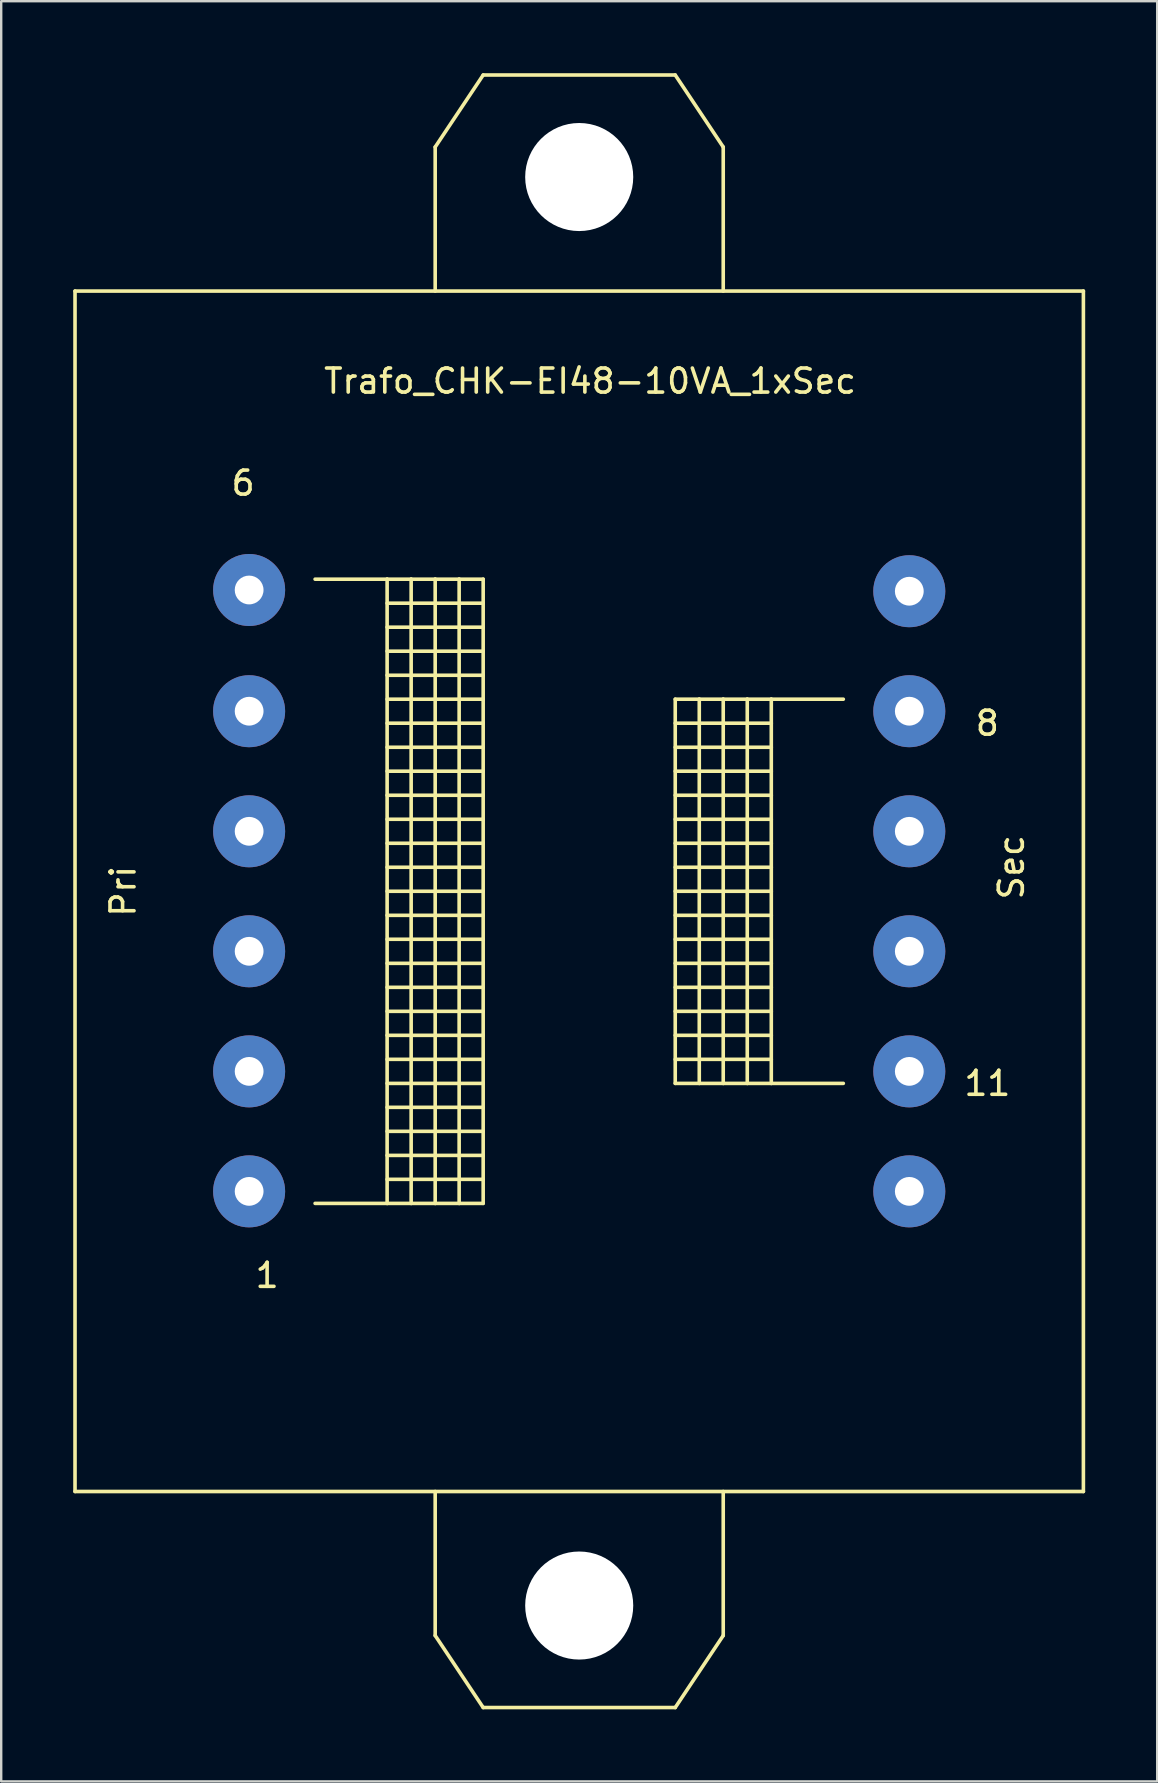
<source format=kicad_pcb>
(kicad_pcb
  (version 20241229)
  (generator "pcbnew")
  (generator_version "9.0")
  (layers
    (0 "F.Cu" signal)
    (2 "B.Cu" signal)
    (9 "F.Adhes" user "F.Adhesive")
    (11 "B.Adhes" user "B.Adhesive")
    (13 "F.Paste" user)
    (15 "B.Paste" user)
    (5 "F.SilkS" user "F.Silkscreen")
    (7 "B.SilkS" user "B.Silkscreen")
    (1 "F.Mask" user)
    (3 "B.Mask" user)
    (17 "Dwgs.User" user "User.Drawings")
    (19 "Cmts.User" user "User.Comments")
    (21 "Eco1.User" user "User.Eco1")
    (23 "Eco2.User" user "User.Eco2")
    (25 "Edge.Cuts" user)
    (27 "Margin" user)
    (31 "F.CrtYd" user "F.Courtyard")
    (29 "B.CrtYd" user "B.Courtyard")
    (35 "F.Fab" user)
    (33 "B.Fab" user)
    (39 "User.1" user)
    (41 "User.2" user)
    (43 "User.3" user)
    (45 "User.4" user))
  (footprint "Trafo_CHK-EI48-10VA_1xSec"
    (layer "F.Cu")
    (at 21.076 34.075)
    (property "Reference" "Trafo_CHK-EI48-10VA_1xSec" (at 0.45 -21.25 0) (layer "F.SilkS") (effects (font (size 1 1) (thickness 0.15))))
    (attr through_hole)
    (fp_line (start -21.001 -25.001) (end -21.001 25.001) (stroke (width 0.15) (type solid)) (layer "F.SilkS"))
    (fp_line (start -21.001 25.001) (end 21.001 25.001) (stroke (width 0.15) (type solid)) (layer "F.SilkS"))
    (fp_line (start -11.001 13) (end -8.001 13) (stroke (width 0.15) (type solid)) (layer "F.SilkS"))
    (fp_line (start -8.001 -13) (end -11.001 -13) (stroke (width 0.15) (type solid)) (layer "F.SilkS"))
    (fp_line (start -8.001 -13) (end -7 -13) (stroke (width 0.15) (type solid)) (layer "F.SilkS"))
    (fp_line (start -8.001 -11.999) (end -4 -11.999) (stroke (width 0.15) (type solid)) (layer "F.SilkS"))
    (fp_line (start -8.001 -11.001) (end -4 -11.001) (stroke (width 0.15) (type solid)) (layer "F.SilkS"))
    (fp_line (start -8.001 -10) (end -4 -10) (stroke (width 0.15) (type solid)) (layer "F.SilkS"))
    (fp_line (start -8.001 -8.999) (end -4 -8.999) (stroke (width 0.15) (type solid)) (layer "F.SilkS"))
    (fp_line (start -8.001 -8.001) (end -4 -8.001) (stroke (width 0.15) (type solid)) (layer "F.SilkS"))
    (fp_line (start -8.001 -7) (end -4 -7) (stroke (width 0.15) (type solid)) (layer "F.SilkS"))
    (fp_line (start -8.001 -5.999) (end -4 -5.999) (stroke (width 0.15) (type solid)) (layer "F.SilkS"))
    (fp_line (start -8.001 -5.001) (end -4 -5.001) (stroke (width 0.15) (type solid)) (layer "F.SilkS"))
    (fp_line (start -8.001 -4) (end -4 -4) (stroke (width 0.15) (type solid)) (layer "F.SilkS"))
    (fp_line (start -8.001 -3) (end -4 -3) (stroke (width 0.15) (type solid)) (layer "F.SilkS"))
    (fp_line (start -8.001 -1.999) (end -4 -1.999) (stroke (width 0.15) (type solid)) (layer "F.SilkS"))
    (fp_line (start -8.001 -1.001) (end -4 -1.001) (stroke (width 0.15) (type solid)) (layer "F.SilkS"))
    (fp_line (start -8.001 0) (end -4 0) (stroke (width 0.15) (type solid)) (layer "F.SilkS"))
    (fp_line (start -8.001 1.001) (end -4 1.001) (stroke (width 0.15) (type solid)) (layer "F.SilkS"))
    (fp_line (start -8.001 1.999) (end -4 1.999) (stroke (width 0.15) (type solid)) (layer "F.SilkS"))
    (fp_line (start -8.001 3) (end -4 3) (stroke (width 0.15) (type solid)) (layer "F.SilkS"))
    (fp_line (start -8.001 4) (end -4 4) (stroke (width 0.15) (type solid)) (layer "F.SilkS"))
    (fp_line (start -8.001 5.001) (end -4 5.001) (stroke (width 0.15) (type solid)) (layer "F.SilkS"))
    (fp_line (start -8.001 7) (end -4 7) (stroke (width 0.15) (type solid)) (layer "F.SilkS"))
    (fp_line (start -8.001 8.001) (end -4 8.001) (stroke (width 0.15) (type solid)) (layer "F.SilkS"))
    (fp_line (start -8.001 8.999) (end -4 8.999) (stroke (width 0.15) (type solid)) (layer "F.SilkS"))
    (fp_line (start -8.001 10) (end -4 10) (stroke (width 0.15) (type solid)) (layer "F.SilkS"))
    (fp_line (start -8.001 11.999) (end -4 11.999) (stroke (width 0.15) (type solid)) (layer "F.SilkS"))
    (fp_line (start -8.001 13) (end -8.001 -13) (stroke (width 0.15) (type solid)) (layer "F.SilkS"))
    (fp_line (start -7 -13) (end -7 13) (stroke (width 0.15) (type solid)) (layer "F.SilkS"))
    (fp_line (start -7 -13) (end -5.999 -13) (stroke (width 0.15) (type solid)) (layer "F.SilkS"))
    (fp_line (start -7 5.999) (end -8.001 5.999) (stroke (width 0.15) (type solid)) (layer "F.SilkS"))
    (fp_line (start -7 5.999) (end -4 5.999) (stroke (width 0.15) (type solid)) (layer "F.SilkS"))
    (fp_line (start -7 11.001) (end -8.001 11.001) (stroke (width 0.15) (type solid)) (layer "F.SilkS"))
    (fp_line (start -7 11.001) (end -4 11.001) (stroke (width 0.15) (type solid)) (layer "F.SilkS"))
    (fp_line (start -7 13) (end -8.001 13) (stroke (width 0.15) (type solid)) (layer "F.SilkS"))
    (fp_line (start -5.999 -31.001) (end -5.999 -25.001) (stroke (width 0.15) (type solid)) (layer "F.SilkS"))
    (fp_line (start -5.999 -13) (end -5.999 13) (stroke (width 0.15) (type solid)) (layer "F.SilkS"))
    (fp_line (start -5.999 -13) (end -5.001 -13) (stroke (width 0.15) (type solid)) (layer "F.SilkS"))
    (fp_line (start -5.999 13) (end -7 13) (stroke (width 0.15) (type solid)) (layer "F.SilkS"))
    (fp_line (start -5.999 31.001) (end -5.999 25.001) (stroke (width 0.15) (type solid)) (layer "F.SilkS"))
    (fp_line (start -5.001 -13) (end -5.001 13) (stroke (width 0.15) (type solid)) (layer "F.SilkS"))
    (fp_line (start -5.001 -13) (end -4 -13) (stroke (width 0.15) (type solid)) (layer "F.SilkS"))
    (fp_line (start -5.001 13) (end -5.999 13) (stroke (width 0.15) (type solid)) (layer "F.SilkS"))
    (fp_line (start -4 -34) (end -5.999 -31.001) (stroke (width 0.15) (type solid)) (layer "F.SilkS"))
    (fp_line (start -4 -13) (end -4 13) (stroke (width 0.15) (type solid)) (layer "F.SilkS"))
    (fp_line (start -4 13) (end -5.001 13) (stroke (width 0.15) (type solid)) (layer "F.SilkS"))
    (fp_line (start -4 34) (end -5.999 31.001) (stroke (width 0.15) (type solid)) (layer "F.SilkS"))
    (fp_line (start 4 -34) (end -4 -34) (stroke (width 0.15) (type solid)) (layer "F.SilkS"))
    (fp_line (start 4 -8.001) (end 4 8.001) (stroke (width 0.15) (type solid)) (layer "F.SilkS"))
    (fp_line (start 4 -7) (end 8.001 -7) (stroke (width 0.15) (type solid)) (layer "F.SilkS"))
    (fp_line (start 4 -5.999) (end 8.001 -5.999) (stroke (width 0.15) (type solid)) (layer "F.SilkS"))
    (fp_line (start 4 -5.001) (end 8.001 -5.001) (stroke (width 0.15) (type solid)) (layer "F.SilkS"))
    (fp_line (start 4 -4) (end 8.001 -4) (stroke (width 0.15) (type solid)) (layer "F.SilkS"))
    (fp_line (start 4 -3) (end 8.001 -3) (stroke (width 0.15) (type solid)) (layer "F.SilkS"))
    (fp_line (start 4 -1.001) (end 8.001 -1.001) (stroke (width 0.15) (type solid)) (layer "F.SilkS"))
    (fp_line (start 4 0) (end 8.001 0) (stroke (width 0.15) (type solid)) (layer "F.SilkS"))
    (fp_line (start 4 1.001) (end 8.001 1.001) (stroke (width 0.15) (type solid)) (layer "F.SilkS"))
    (fp_line (start 4 1.999) (end 8.001 1.999) (stroke (width 0.15) (type solid)) (layer "F.SilkS"))
    (fp_line (start 4 3) (end 8.001 3) (stroke (width 0.15) (type solid)) (layer "F.SilkS"))
    (fp_line (start 4 4) (end 8.001 4) (stroke (width 0.15) (type solid)) (layer "F.SilkS"))
    (fp_line (start 4 5.001) (end 8.001 5.001) (stroke (width 0.15) (type solid)) (layer "F.SilkS"))
    (fp_line (start 4 5.999) (end 8.001 5.999) (stroke (width 0.15) (type solid)) (layer "F.SilkS"))
    (fp_line (start 4 7) (end 8.001 7) (stroke (width 0.15) (type solid)) (layer "F.SilkS"))
    (fp_line (start 4 8.001) (end 5.001 8.001) (stroke (width 0.15) (type solid)) (layer "F.SilkS"))
    (fp_line (start 4 34) (end -4 34) (stroke (width 0.15) (type solid)) (layer "F.SilkS"))
    (fp_line (start 5.001 -8.001) (end 4 -8.001) (stroke (width 0.15) (type solid)) (layer "F.SilkS"))
    (fp_line (start 5.001 -8.001) (end 5.001 8.001) (stroke (width 0.15) (type solid)) (layer "F.SilkS"))
    (fp_line (start 5.001 -1.999) (end 4 -1.999) (stroke (width 0.15) (type solid)) (layer "F.SilkS"))
    (fp_line (start 5.001 -1.999) (end 8.001 -1.999) (stroke (width 0.15) (type solid)) (layer "F.SilkS"))
    (fp_line (start 5.001 8.001) (end 5.999 8.001) (stroke (width 0.15) (type solid)) (layer "F.SilkS"))
    (fp_line (start 5.999 -31.001) (end 4 -34) (stroke (width 0.15) (type solid)) (layer "F.SilkS"))
    (fp_line (start 5.999 -25.001) (end 5.999 -31.001) (stroke (width 0.15) (type solid)) (layer "F.SilkS"))
    (fp_line (start 5.999 -8.001) (end 5.001 -8.001) (stroke (width 0.15) (type solid)) (layer "F.SilkS"))
    (fp_line (start 5.999 -8.001) (end 5.999 8.001) (stroke (width 0.15) (type solid)) (layer "F.SilkS"))
    (fp_line (start 5.999 25.001) (end 5.999 31.001) (stroke (width 0.15) (type solid)) (layer "F.SilkS"))
    (fp_line (start 5.999 31.001) (end 4 34) (stroke (width 0.15) (type solid)) (layer "F.SilkS"))
    (fp_line (start 7 -8.001) (end 5.999 -8.001) (stroke (width 0.15) (type solid)) (layer "F.SilkS"))
    (fp_line (start 7 -8.001) (end 7 8.001) (stroke (width 0.15) (type solid)) (layer "F.SilkS"))
    (fp_line (start 7 8.001) (end 5.999 8.001) (stroke (width 0.15) (type solid)) (layer "F.SilkS"))
    (fp_line (start 7 8.001) (end 8.001 8.001) (stroke (width 0.15) (type solid)) (layer "F.SilkS"))
    (fp_line (start 8.001 -8.001) (end 7 -8.001) (stroke (width 0.15) (type solid)) (layer "F.SilkS"))
    (fp_line (start 8.001 -8.001) (end 8.001 8.001) (stroke (width 0.15) (type solid)) (layer "F.SilkS"))
    (fp_line (start 8.001 8.001) (end 11.001 8.001) (stroke (width 0.15) (type solid)) (layer "F.SilkS"))
    (fp_line (start 11.001 -8.001) (end 8.001 -8.001) (stroke (width 0.15) (type solid)) (layer "F.SilkS"))
    (fp_line (start 21.001 -25.001) (end -21.001 -25.001) (stroke (width 0.15) (type solid)) (layer "F.SilkS"))
    (fp_line (start 21.001 25.001) (end 21.001 -25.001) (stroke (width 0.15) (type solid)) (layer "F.SilkS"))
    (fp_text user "8" (at 17 -7 0) (layer "F.SilkS") (effects (font (size 1 1) (thickness 0.15))))
    (fp_text user "Pri" (at -18.999 0 90) (layer "F.SilkS") (effects (font (size 1 1) (thickness 0.15))))
    (fp_text user "11" (at 17 8.001 0) (layer "F.SilkS") (effects (font (size 1 1) (thickness 0.15))))
    (fp_text user "6" (at -14 -17 0) (layer "F.SilkS") (effects (font (size 1 1) (thickness 0.15))))
    (fp_text user "Sec" (at 18.001 -1.001 90) (layer "F.SilkS") (effects (font (size 1 1) (thickness 0.15))))
    (fp_text user "1" (at -13 15.999 0) (layer "F.SilkS") (effects (font (size 1 1) (thickness 0.15))))
    (pad "" np_thru_hole circle (at 0 -29.751) (size 4.501 4.501) (drill 4.501) (layers "*.Cu" "*.Mask"))
    (pad "" np_thru_hole circle (at 0 29.751) (size 4.501 4.501) (drill 4.501) (layers "*.Cu" "*.Mask"))
    (pad "1" thru_hole circle (at -13.749 12.499) (size 3 3) (drill 1.199) (layers "*.Cu" "*.Mask"))
    (pad "2" thru_hole circle (at -13.749 7.501) (size 3 3) (drill 1.199) (layers "*.Cu" "*.Mask"))
    (pad "3" thru_hole circle (at -13.749 2.499) (size 3 3) (drill 1.199) (layers "*.Cu" "*.Mask"))
    (pad "4" thru_hole circle (at -13.749 -2.499) (size 3 3) (drill 1.199) (layers "*.Cu" "*.Mask"))
    (pad "5" thru_hole circle (at -13.749 -7.501) (size 3 3) (drill 1.199) (layers "*.Cu" "*.Mask"))
    (pad "6" thru_hole circle (at -13.749 -12.55) (size 3 3) (drill 1.199) (layers "*.Cu" "*.Mask"))
    (pad "7" thru_hole circle (at 13.749 -12.499) (size 3 3) (drill 1.199) (layers "*.Cu" "*.Mask"))
    (pad "8" thru_hole circle (at 13.749 -7.501) (size 3 3) (drill 1.199) (layers "*.Cu" "*.Mask"))
    (pad "9" thru_hole circle (at 13.749 -2.499) (size 3 3) (drill 1.199) (layers "*.Cu" "*.Mask"))
    (pad "10" thru_hole circle (at 13.749 2.499) (size 3 3) (drill 1.199) (layers "*.Cu" "*.Mask"))
    (pad "11" thru_hole circle (at 13.749 7.501) (size 3 3) (drill 1.199) (layers "*.Cu" "*.Mask"))
    (pad "12" thru_hole circle (at 13.749 12.499) (size 3 3) (drill 1.199) (layers "*.Cu" "*.Mask")))
  (gr_rect
    (start -3 -3)
    (end 45.151 71.151)
    (stroke (width 0.1) (type default))
    (fill no)
    (layer "Edge.Cuts")))
</source>
